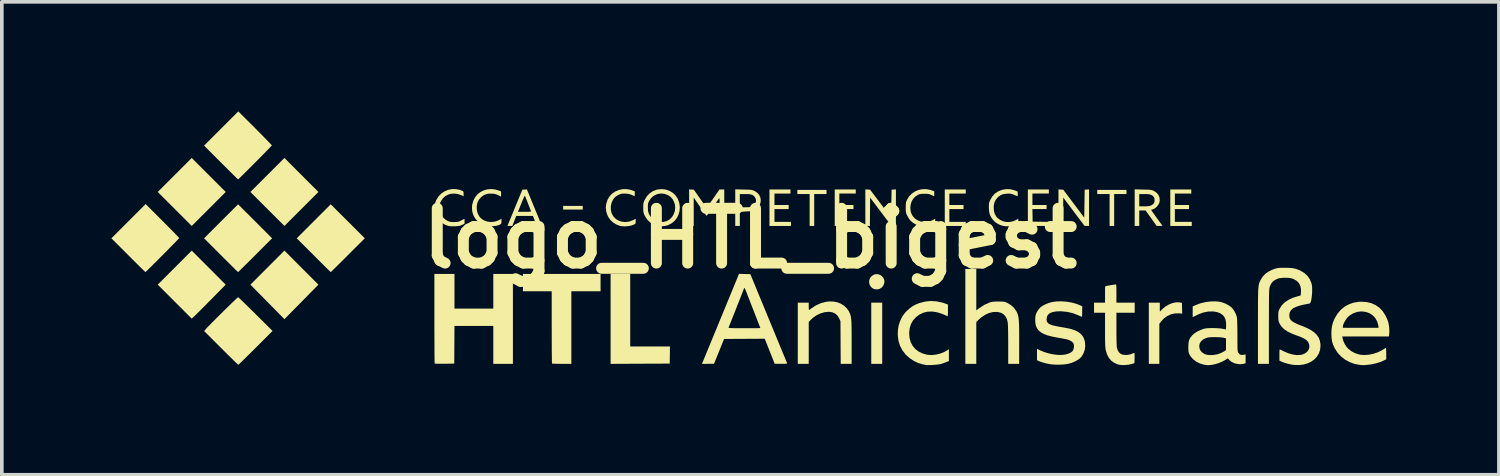
<source format=kicad_pcb>
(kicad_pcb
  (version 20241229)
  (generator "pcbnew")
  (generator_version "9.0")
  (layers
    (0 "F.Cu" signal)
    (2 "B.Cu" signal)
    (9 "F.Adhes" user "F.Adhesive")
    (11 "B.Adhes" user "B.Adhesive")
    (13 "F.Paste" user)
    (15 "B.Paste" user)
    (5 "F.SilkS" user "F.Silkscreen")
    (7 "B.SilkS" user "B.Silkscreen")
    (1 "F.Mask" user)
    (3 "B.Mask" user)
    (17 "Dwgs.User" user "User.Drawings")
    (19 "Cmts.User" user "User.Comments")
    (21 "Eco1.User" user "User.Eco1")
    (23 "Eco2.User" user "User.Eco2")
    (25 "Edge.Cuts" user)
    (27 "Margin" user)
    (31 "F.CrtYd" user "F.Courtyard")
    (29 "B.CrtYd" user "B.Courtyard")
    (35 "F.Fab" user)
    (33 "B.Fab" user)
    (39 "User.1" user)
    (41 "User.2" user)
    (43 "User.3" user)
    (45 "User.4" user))
  (footprint "logo_HTL_bigest"
    (layer "F.Cu")
    (at 17.494 3.475)
    (property "Reference" "logo_HTL_bigest" (at 0 0 0) (layer "F.SilkS") (effects (font (size 1.5 1.5) (thickness 0.3))))
    (attr board_only exclude_from_pos_files exclude_from_bom)
    (fp_poly (pts (xy -14.828 -1.734) (xy -14.363 -1.269) (xy -14.828 -0.803) (xy -15.294 -0.338) (xy -15.759 -0.803) (xy -16.225 -1.269) (xy -15.759 -1.734) (xy -15.294 -2.2)) (stroke (width 0) (type solid)) (fill yes) (layer "F.SilkS"))
    (fp_poly (pts (xy -12.291 -1.734) (xy -11.825 -1.269) (xy -12.291 -0.803) (xy -12.756 -0.338) (xy -13.222 -0.803) (xy -13.688 -1.269) (xy -13.222 -1.734) (xy -12.756 -2.2)) (stroke (width 0) (type solid)) (fill yes) (layer "F.SilkS"))
    (fp_poly (pts (xy -4.588 -0.838) (xy -4.588 -0.787) (xy -4.856 -0.787) (xy -5.125 -0.787) (xy -5.125 -0.838) (xy -5.125 -0.887) (xy -4.856 -0.887) (xy -4.588 -0.887)) (stroke (width 0) (type solid)) (fill yes) (layer "F.SilkS"))
    (fp_poly (pts (xy 3.612 2.6) (xy 3.612 3.438) (xy 3.462 3.438) (xy 3.312 3.438) (xy 3.312 2.6) (xy 3.312 1.762) (xy 3.462 1.762) (xy 3.612 1.762)) (stroke (width 0) (type solid)) (fill yes) (layer "F.SilkS"))
    (fp_poly (pts (xy -3.288 1.969) (xy -3.288 2.962) (xy -2.743 2.962) (xy -2.199 2.962) (xy -2.203 3.197) (xy -2.206 3.431) (xy -3.016 3.434) (xy -3.825 3.438) (xy -3.825 2.206) (xy -3.825 0.975) (xy -3.556 0.975) (xy -3.288 0.975)) (stroke (width 0) (type solid)) (fill yes) (layer "F.SilkS"))
    (fp_poly (pts (xy -12.291 0.803) (xy -11.826 1.269) (xy -12.291 1.742) (xy -12.756 2.214) (xy -13 1.967) (xy -13.08 1.885) (xy -13.169 1.795) (xy -13.262 1.701) (xy -13.351 1.61) (xy -13.432 1.528) (xy -13.466 1.494) (xy -13.687 1.269) (xy -13.222 0.803) (xy -12.756 0.337)) (stroke (width 0) (type solid)) (fill yes) (layer "F.SilkS"))
    (fp_poly (pts (xy -14.829 0.803) (xy -14.364 1.269) (xy -14.779 1.69) (xy -14.865 1.776) (xy -14.946 1.859) (xy -15.022 1.935) (xy -15.09 2.003) (xy -15.149 2.061) (xy -15.196 2.108) (xy -15.228 2.139) (xy -15.245 2.154) (xy -15.295 2.199) (xy -15.76 1.734) (xy -16.225 1.269) (xy -15.759 0.803) (xy -15.294 0.337)) (stroke (width 0) (type solid)) (fill yes) (layer "F.SilkS"))
    (fp_poly (pts (xy 2.087 -1.269) (xy 2.087 -1.212) (xy 1.919 -1.212) (xy 1.75 -1.212) (xy 1.75 -0.775) (xy 1.75 -0.338) (xy 1.688 -0.338) (xy 1.625 -0.338) (xy 1.625 -0.775) (xy 1.625 -1.212) (xy 1.456 -1.212) (xy 1.288 -1.212) (xy 1.288 -1.269) (xy 1.288 -1.325) (xy 1.688 -1.325) (xy 2.087 -1.325)) (stroke (width 0) (type solid)) (fill yes) (layer "F.SilkS"))
    (fp_poly (pts (xy 10.3 -1.269) (xy 10.3 -1.212) (xy 10.131 -1.212) (xy 9.963 -1.212) (xy 9.963 -0.775) (xy 9.963 -0.338) (xy 9.9 -0.338) (xy 9.838 -0.338) (xy 9.838 -0.775) (xy 9.838 -1.212) (xy 9.669 -1.212) (xy 9.5 -1.212) (xy 9.5 -1.269) (xy 9.5 -1.325) (xy 9.9 -1.325) (xy 10.3 -1.325)) (stroke (width 0) (type solid)) (fill yes) (layer "F.SilkS"))
    (fp_poly (pts (xy 3.987 -0.838) (xy 3.987 -0.338) (xy 3.927 -0.338) (xy 3.866 -0.338) (xy 3.573 -0.726) (xy 3.281 -1.115) (xy 3.278 -0.726) (xy 3.275 -0.338) (xy 3.212 -0.338) (xy 3.15 -0.338) (xy 3.15 -0.838) (xy 3.15 -1.339) (xy 3.216 -1.335) (xy 3.281 -1.331) (xy 3.569 -0.949) (xy 3.856 -0.566) (xy 3.862 -0.949) (xy 3.869 -1.331) (xy 3.928 -1.335) (xy 3.987 -1.339)) (stroke (width 0) (type solid)) (fill yes) (layer "F.SilkS"))
    (fp_poly (pts (xy 9.275 -0.838) (xy 9.275 -0.338) (xy 9.214 -0.338) (xy 9.153 -0.338) (xy 8.861 -0.726) (xy 8.569 -1.115) (xy 8.565 -0.726) (xy 8.562 -0.338) (xy 8.5 -0.338) (xy 8.438 -0.338) (xy 8.438 -0.838) (xy 8.438 -1.339) (xy 8.503 -1.335) (xy 8.569 -1.331) (xy 8.856 -0.949) (xy 9.144 -0.566) (xy 9.15 -0.949) (xy 9.156 -1.331) (xy 9.216 -1.335) (xy 9.275 -1.339)) (stroke (width 0) (type solid)) (fill yes) (layer "F.SilkS"))
    (fp_poly (pts (xy 3.559 1.005) (xy 3.601 1.034) (xy 3.647 1.088) (xy 3.671 1.15) (xy 3.671 1.217) (xy 3.647 1.286) (xy 3.646 1.289) (xy 3.604 1.343) (xy 3.549 1.38) (xy 3.485 1.399) (xy 3.418 1.396) (xy 3.362 1.377) (xy 3.308 1.335) (xy 3.271 1.28) (xy 3.254 1.217) (xy 3.256 1.152) (xy 3.279 1.089) (xy 3.307 1.051) (xy 3.363 1.005) (xy 3.427 0.982) (xy 3.493 0.982)) (stroke (width 0) (type solid)) (fill yes) (layer "F.SilkS"))
    (fp_poly (pts (xy -13.559 -0.466) (xy -13.094 -0.000043) (xy -13.556 0.462) (xy -13.645 0.551) (xy -13.728 0.634) (xy -13.805 0.71) (xy -13.872 0.777) (xy -13.93 0.833) (xy -13.975 0.878) (xy -14.007 0.908) (xy -14.023 0.924) (xy -14.025 0.925) (xy -14.035 0.916) (xy -14.061 0.892) (xy -14.101 0.853) (xy -14.153 0.801) (xy -14.217 0.738) (xy -14.29 0.665) (xy -14.371 0.585) (xy -14.458 0.498) (xy -14.494 0.462) (xy -14.956 -0.000043) (xy -14.491 -0.466) (xy -14.025 -0.931)) (stroke (width 0) (type solid)) (fill yes) (layer "F.SilkS"))
    (fp_poly (pts (xy -11.022 -0.466) (xy -10.556 -0.000043) (xy -11.019 0.462) (xy -11.107 0.551) (xy -11.191 0.634) (xy -11.267 0.71) (xy -11.335 0.777) (xy -11.392 0.833) (xy -11.438 0.878) (xy -11.469 0.908) (xy -11.486 0.924) (xy -11.488 0.925) (xy -11.497 0.916) (xy -11.523 0.892) (xy -11.563 0.853) (xy -11.616 0.801) (xy -11.68 0.738) (xy -11.753 0.665) (xy -11.834 0.585) (xy -11.92 0.498) (xy -11.956 0.462) (xy -12.419 -0.000043) (xy -11.953 -0.466) (xy -11.488 -0.931)) (stroke (width 0) (type solid)) (fill yes) (layer "F.SilkS"))
    (fp_poly (pts (xy 1.1 -1.281) (xy 1.1 -1.225) (xy 0.881 -1.225) (xy 0.662 -1.225) (xy 0.662 -1.069) (xy 0.662 -0.912) (xy 0.856 -0.912) (xy 1.05 -0.912) (xy 1.05 -0.856) (xy 1.05 -0.8) (xy 0.856 -0.8) (xy 0.662 -0.8) (xy 0.662 -0.625) (xy 0.662 -0.45) (xy 0.887 -0.45) (xy 1.113 -0.45) (xy 1.113 -0.394) (xy 1.113 -0.338) (xy 0.819 -0.338) (xy 0.525 -0.338) (xy 0.525 -0.838) (xy 0.525 -1.337) (xy 0.812 -1.337) (xy 1.1 -1.337)) (stroke (width 0) (type solid)) (fill yes) (layer "F.SilkS"))
    (fp_poly (pts (xy 2.888 -1.281) (xy 2.888 -1.225) (xy 2.663 -1.225) (xy 2.438 -1.225) (xy 2.438 -1.069) (xy 2.438 -0.912) (xy 2.631 -0.912) (xy 2.825 -0.912) (xy 2.825 -0.856) (xy 2.825 -0.8) (xy 2.631 -0.8) (xy 2.437 -0.8) (xy 2.44 -0.628) (xy 2.444 -0.456) (xy 2.672 -0.453) (xy 2.9 -0.449) (xy 2.9 -0.393) (xy 2.9 -0.338) (xy 2.606 -0.338) (xy 2.312 -0.338) (xy 2.312 -0.838) (xy 2.312 -1.337) (xy 2.6 -1.337) (xy 2.888 -1.337)) (stroke (width 0) (type solid)) (fill yes) (layer "F.SilkS"))
    (fp_poly (pts (xy 5.9 -1.281) (xy 5.9 -1.225) (xy 5.675 -1.225) (xy 5.45 -1.225) (xy 5.45 -1.069) (xy 5.45 -0.912) (xy 5.644 -0.912) (xy 5.838 -0.912) (xy 5.838 -0.856) (xy 5.838 -0.8) (xy 5.644 -0.8) (xy 5.45 -0.8) (xy 5.45 -0.625) (xy 5.45 -0.45) (xy 5.675 -0.45) (xy 5.9 -0.45) (xy 5.9 -0.394) (xy 5.9 -0.338) (xy 5.612 -0.338) (xy 5.325 -0.338) (xy 5.325 -0.838) (xy 5.325 -1.337) (xy 5.612 -1.337) (xy 5.9 -1.337)) (stroke (width 0) (type solid)) (fill yes) (layer "F.SilkS"))
    (fp_poly (pts (xy 8.175 -1.281) (xy 8.175 -1.225) (xy 7.95 -1.225) (xy 7.725 -1.225) (xy 7.725 -1.069) (xy 7.725 -0.912) (xy 7.919 -0.912) (xy 8.113 -0.912) (xy 8.113 -0.856) (xy 8.113 -0.8) (xy 7.918 -0.8) (xy 7.724 -0.8) (xy 7.728 -0.628) (xy 7.731 -0.456) (xy 7.959 -0.453) (xy 8.188 -0.449) (xy 8.188 -0.393) (xy 8.188 -0.338) (xy 7.894 -0.338) (xy 7.6 -0.338) (xy 7.6 -0.838) (xy 7.6 -1.337) (xy 7.888 -1.337) (xy 8.175 -1.337)) (stroke (width 0) (type solid)) (fill yes) (layer "F.SilkS"))
    (fp_poly (pts (xy 12.075 -1.281) (xy 12.075 -1.225) (xy 11.85 -1.225) (xy 11.625 -1.225) (xy 11.625 -1.069) (xy 11.625 -0.912) (xy 11.819 -0.912) (xy 12.012 -0.912) (xy 12.012 -0.856) (xy 12.012 -0.8) (xy 11.819 -0.8) (xy 11.625 -0.8) (xy 11.625 -0.625) (xy 11.625 -0.45) (xy 11.856 -0.45) (xy 12.088 -0.45) (xy 12.088 -0.394) (xy 12.088 -0.338) (xy 11.794 -0.338) (xy 11.5 -0.338) (xy 11.5 -0.838) (xy 11.5 -1.337) (xy 11.787 -1.337) (xy 12.075 -1.337)) (stroke (width 0) (type solid)) (fill yes) (layer "F.SilkS"))
    (fp_poly (pts (xy 11.764 1.757) (xy 11.819 1.769) (xy 11.822 1.916) (xy 11.826 2.063) (xy 11.747 2.055) (xy 11.632 2.056) (xy 11.522 2.08) (xy 11.418 2.127) (xy 11.325 2.194) (xy 11.244 2.282) (xy 11.236 2.292) (xy 11.2 2.341) (xy 11.2 2.889) (xy 11.2 3.438) (xy 11.056 3.438) (xy 10.912 3.438) (xy 10.912 2.6) (xy 10.912 1.762) (xy 11.062 1.762) (xy 11.213 1.762) (xy 11.213 1.885) (xy 11.213 2.007) (xy 11.291 1.931) (xy 11.369 1.866) (xy 11.457 1.815) (xy 11.55 1.777) (xy 11.641 1.755) (xy 11.727 1.752)) (stroke (width 0) (type solid)) (fill yes) (layer "F.SilkS"))
    (fp_poly (pts (xy -4.1 1.212) (xy -4.1 1.45) (xy -4.5 1.45) (xy -4.9 1.45) (xy -4.9 2.444) (xy -4.9 3.438) (xy -5.16 3.438) (xy -5.239 3.437) (xy -5.308 3.436) (xy -5.366 3.434) (xy -5.407 3.432) (xy -5.427 3.43) (xy -5.429 3.429) (xy -5.43 3.416) (xy -5.432 3.379) (xy -5.433 3.321) (xy -5.434 3.244) (xy -5.435 3.15) (xy -5.436 3.04) (xy -5.436 2.916) (xy -5.437 2.781) (xy -5.437 2.636) (xy -5.437 2.484) (xy -5.438 2.435) (xy -5.438 1.45) (xy -5.831 1.45) (xy -6.225 1.45) (xy -6.225 1.212) (xy -6.225 0.975) (xy -5.162 0.975) (xy -4.1 0.975)) (stroke (width 0) (type solid)) (fill yes) (layer "F.SilkS"))
    (fp_poly (pts (xy -16.097 -0.478) (xy -16.009 -0.39) (xy -15.926 -0.306) (xy -15.85 -0.23) (xy -15.783 -0.161) (xy -15.727 -0.104) (xy -15.683 -0.058) (xy -15.653 -0.025) (xy -15.639 -0.008) (xy -15.637 -0.006) (xy -15.646 0.004) (xy -15.67 0.031) (xy -15.708 0.07) (xy -15.758 0.122) (xy -15.817 0.182) (xy -15.885 0.251) (xy -15.957 0.325) (xy -16.034 0.402) (xy -16.112 0.481) (xy -16.19 0.559) (xy -16.266 0.635) (xy -16.337 0.706) (xy -16.402 0.771) (xy -16.459 0.826) (xy -16.505 0.872) (xy -16.539 0.904) (xy -16.559 0.922) (xy -16.563 0.925) (xy -16.572 0.916) (xy -16.598 0.892) (xy -16.638 0.853) (xy -16.691 0.801) (xy -16.755 0.738) (xy -16.828 0.665) (xy -16.909 0.585) (xy -16.995 0.498) (xy -17.031 0.462) (xy -17.494 -0.000001) (xy -17.025 -0.469) (xy -16.556 -0.938)) (stroke (width 0) (type solid)) (fill yes) (layer "F.SilkS"))
    (fp_poly (pts (xy -13.559 -3.016) (xy -13.471 -2.927) (xy -13.388 -2.844) (xy -13.313 -2.767) (xy -13.246 -2.699) (xy -13.19 -2.641) (xy -13.146 -2.595) (xy -13.116 -2.563) (xy -13.101 -2.546) (xy -13.1 -2.544) (xy -13.109 -2.533) (xy -13.133 -2.507) (xy -13.171 -2.467) (xy -13.221 -2.416) (xy -13.28 -2.355) (xy -13.347 -2.287) (xy -13.42 -2.213) (xy -13.496 -2.135) (xy -13.575 -2.057) (xy -13.653 -1.978) (xy -13.728 -1.903) (xy -13.8 -1.831) (xy -13.865 -1.767) (xy -13.921 -1.711) (xy -13.968 -1.666) (xy -14.002 -1.633) (xy -14.021 -1.615) (xy -14.025 -1.613) (xy -14.035 -1.621) (xy -14.061 -1.646) (xy -14.101 -1.685) (xy -14.154 -1.737) (xy -14.217 -1.8) (xy -14.29 -1.872) (xy -14.371 -1.953) (xy -14.458 -2.039) (xy -14.494 -2.075) (xy -14.956 -2.538) (xy -14.488 -3.006) (xy -14.019 -3.475)) (stroke (width 0) (type solid)) (fill yes) (layer "F.SilkS"))
    (fp_poly (pts (xy -8.1 1.45) (xy -8.1 1.925) (xy -7.569 1.925) (xy -7.037 1.925) (xy -7.037 1.45) (xy -7.037 0.975) (xy -6.769 0.975) (xy -6.5 0.975) (xy -6.5 2.206) (xy -6.5 3.438) (xy -6.769 3.438) (xy -7.037 3.438) (xy -7.037 2.919) (xy -7.037 2.4) (xy -7.569 2.4) (xy -8.1 2.4) (xy -8.103 2.916) (xy -8.106 3.431) (xy -8.37 3.435) (xy -8.448 3.435) (xy -8.518 3.435) (xy -8.576 3.434) (xy -8.618 3.432) (xy -8.639 3.43) (xy -8.641 3.429) (xy -8.643 3.416) (xy -8.644 3.379) (xy -8.645 3.321) (xy -8.646 3.243) (xy -8.647 3.146) (xy -8.648 3.033) (xy -8.648 2.906) (xy -8.649 2.765) (xy -8.649 2.613) (xy -8.65 2.452) (xy -8.65 2.282) (xy -8.65 2.198) (xy -8.65 0.975) (xy -8.375 0.975) (xy -8.1 0.975)) (stroke (width 0) (type solid)) (fill yes) (layer "F.SilkS"))
    (fp_poly (pts (xy -14.014 1.621) (xy -13.987 1.646) (xy -13.945 1.685) (xy -13.891 1.736) (xy -13.827 1.799) (xy -13.752 1.872) (xy -13.671 1.952) (xy -13.583 2.038) (xy -13.547 2.074) (xy -13.081 2.536) (xy -13.544 2.999) (xy -13.633 3.088) (xy -13.717 3.171) (xy -13.794 3.247) (xy -13.862 3.314) (xy -13.92 3.371) (xy -13.967 3.415) (xy -13.999 3.446) (xy -14.017 3.461) (xy -14.019 3.462) (xy -14.03 3.454) (xy -14.057 3.429) (xy -14.098 3.39) (xy -14.152 3.338) (xy -14.216 3.275) (xy -14.29 3.203) (xy -14.371 3.122) (xy -14.458 3.035) (xy -14.493 3.001) (xy -14.954 2.54) (xy -14.903 2.479) (xy -14.882 2.455) (xy -14.847 2.418) (xy -14.799 2.37) (xy -14.742 2.312) (xy -14.676 2.246) (xy -14.605 2.174) (xy -14.53 2.1) (xy -14.453 2.024) (xy -14.376 1.948) (xy -14.302 1.876) (xy -14.233 1.808) (xy -14.17 1.747) (xy -14.115 1.695) (xy -14.072 1.654) (xy -14.041 1.626) (xy -14.026 1.613) (xy -14.025 1.613)) (stroke (width 0) (type solid)) (fill yes) (layer "F.SilkS"))
    (fp_poly (pts (xy -0.184 -1.335) (xy -0.102 -1.333) (xy -0.041 -1.331) (xy 0.004 -1.328) (xy 0.038 -1.324) (xy 0.064 -1.317) (xy 0.088 -1.309) (xy 0.114 -1.296) (xy 0.116 -1.296) (xy 0.188 -1.249) (xy 0.24 -1.192) (xy 0.272 -1.128) (xy 0.286 -1.061) (xy 0.283 -0.992) (xy 0.263 -0.925) (xy 0.227 -0.864) (xy 0.177 -0.812) (xy 0.113 -0.771) (xy 0.035 -0.745) (xy -0.044 -0.738) (xy -0.083 -0.736) (xy -0.136 -0.734) (xy -0.191 -0.73) (xy -0.192 -0.729) (xy -0.287 -0.721) (xy -0.287 -0.529) (xy -0.287 -0.338) (xy -0.35 -0.338) (xy -0.412 -0.338) (xy -0.412 -0.839) (xy -0.412 -1.212) (xy -0.287 -1.212) (xy -0.287 -1.031) (xy -0.287 -0.85) (xy -0.141 -0.85) (xy -0.074 -0.851) (xy -0.025 -0.853) (xy 0.011 -0.859) (xy 0.04 -0.868) (xy 0.058 -0.876) (xy 0.102 -0.905) (xy 0.132 -0.946) (xy 0.138 -0.957) (xy 0.157 -1.019) (xy 0.152 -1.075) (xy 0.123 -1.13) (xy 0.116 -1.139) (xy 0.087 -1.168) (xy 0.054 -1.189) (xy 0.013 -1.202) (xy -0.042 -1.21) (xy -0.115 -1.212) (xy -0.143 -1.212) (xy -0.287 -1.212) (xy -0.412 -1.212) (xy -0.412 -1.341)) (stroke (width 0) (type solid)) (fill yes) (layer "F.SilkS"))
    (fp_poly (pts (xy 2.268 1.731) (xy 2.382 1.752) (xy 2.485 1.793) (xy 2.576 1.852) (xy 2.651 1.928) (xy 2.699 2) (xy 2.715 2.031) (xy 2.729 2.062) (xy 2.74 2.094) (xy 2.75 2.129) (xy 2.757 2.17) (xy 2.763 2.219) (xy 2.768 2.279) (xy 2.771 2.352) (xy 2.773 2.44) (xy 2.774 2.546) (xy 2.775 2.672) (xy 2.775 2.82) (xy 2.775 2.841) (xy 2.775 3.438) (xy 2.626 3.438) (xy 2.476 3.438) (xy 2.472 2.853) (xy 2.469 2.269) (xy 2.432 2.19) (xy 2.386 2.115) (xy 2.325 2.061) (xy 2.249 2.027) (xy 2.158 2.013) (xy 2.138 2.013) (xy 2.032 2.024) (xy 1.922 2.056) (xy 1.816 2.107) (xy 1.719 2.174) (xy 1.674 2.215) (xy 1.6 2.287) (xy 1.6 2.862) (xy 1.6 3.438) (xy 1.45 3.438) (xy 1.3 3.438) (xy 1.3 2.6) (xy 1.3 1.762) (xy 1.45 1.762) (xy 1.6 1.762) (xy 1.6 1.863) (xy 1.601 1.909) (xy 1.603 1.944) (xy 1.606 1.961) (xy 1.607 1.962) (xy 1.62 1.956) (xy 1.646 1.937) (xy 1.679 1.914) (xy 1.805 1.832) (xy 1.935 1.775) (xy 2.07 1.74) (xy 2.147 1.73)) (stroke (width 0) (type solid)) (fill yes) (layer "F.SilkS"))
    (fp_poly (pts (xy -6.985 -1.337) (xy -6.878 -1.305) (xy -6.825 -1.284) (xy -6.825 -1.213) (xy -6.825 -1.142) (xy -6.903 -1.18) (xy -6.957 -1.204) (xy -7.008 -1.217) (xy -7.07 -1.223) (xy -7.075 -1.223) (xy -7.129 -1.223) (xy -7.181 -1.22) (xy -7.219 -1.214) (xy -7.219 -1.214) (xy -7.299 -1.18) (xy -7.371 -1.126) (xy -7.43 -1.058) (xy -7.47 -0.979) (xy -7.477 -0.957) (xy -7.49 -0.879) (xy -7.489 -0.795) (xy -7.475 -0.716) (xy -7.459 -0.672) (xy -7.42 -0.6) (xy -7.374 -0.546) (xy -7.315 -0.504) (xy -7.301 -0.495) (xy -7.21 -0.46) (xy -7.112 -0.446) (xy -7.012 -0.453) (xy -6.916 -0.482) (xy -6.878 -0.5) (xy -6.812 -0.535) (xy -6.812 -0.469) (xy -6.814 -0.429) (xy -6.822 -0.402) (xy -6.842 -0.383) (xy -6.878 -0.365) (xy -6.9 -0.357) (xy -6.951 -0.343) (xy -7.017 -0.334) (xy -7.091 -0.329) (xy -7.163 -0.33) (xy -7.226 -0.337) (xy -7.251 -0.342) (xy -7.356 -0.385) (xy -7.446 -0.446) (xy -7.519 -0.523) (xy -7.574 -0.613) (xy -7.609 -0.713) (xy -7.622 -0.822) (xy -7.616 -0.913) (xy -7.587 -1.022) (xy -7.54 -1.117) (xy -7.475 -1.198) (xy -7.396 -1.263) (xy -7.305 -1.31) (xy -7.204 -1.339) (xy -7.097 -1.349)) (stroke (width 0) (type solid)) (fill yes) (layer "F.SilkS"))
    (fp_poly (pts (xy -1.61 -1.335) (xy -1.546 -1.331) (xy -1.381 -1.096) (xy -1.333 -1.028) (xy -1.29 -0.967) (xy -1.253 -0.915) (xy -1.225 -0.876) (xy -1.207 -0.853) (xy -1.203 -0.848) (xy -1.193 -0.852) (xy -1.172 -0.875) (xy -1.139 -0.916) (xy -1.094 -0.977) (xy -1.036 -1.059) (xy -1.017 -1.086) (xy -0.844 -1.337) (xy -0.778 -1.337) (xy -0.713 -1.337) (xy -0.713 -0.838) (xy -0.713 -0.338) (xy -0.775 -0.338) (xy -0.838 -0.338) (xy -0.838 -0.728) (xy -0.838 -0.837) (xy -0.839 -0.923) (xy -0.84 -0.989) (xy -0.841 -1.037) (xy -0.843 -1.069) (xy -0.845 -1.088) (xy -0.849 -1.097) (xy -0.853 -1.096) (xy -0.859 -1.09) (xy -0.86 -1.088) (xy -0.874 -1.068) (xy -0.899 -1.032) (xy -0.932 -0.986) (xy -0.971 -0.931) (xy -1.013 -0.871) (xy -1.055 -0.811) (xy -1.096 -0.753) (xy -1.133 -0.7) (xy -1.163 -0.658) (xy -1.184 -0.628) (xy -1.194 -0.615) (xy -1.194 -0.615) (xy -1.202 -0.623) (xy -1.223 -0.65) (xy -1.254 -0.693) (xy -1.295 -0.75) (xy -1.343 -0.818) (xy -1.397 -0.895) (xy -1.456 -0.98) (xy -1.473 -1.005) (xy -1.55 -1.116) (xy -1.55 -0.727) (xy -1.55 -0.338) (xy -1.613 -0.338) (xy -1.675 -0.338) (xy -1.675 -0.838) (xy -1.675 -1.339)) (stroke (width 0) (type solid)) (fill yes) (layer "F.SilkS"))
    (fp_poly (pts (xy -3.271 -1.325) (xy -3.232 -1.312) (xy -3.163 -1.286) (xy -3.163 -1.217) (xy -3.164 -1.18) (xy -3.168 -1.157) (xy -3.172 -1.153) (xy -3.234 -1.183) (xy -3.285 -1.203) (xy -3.332 -1.215) (xy -3.386 -1.221) (xy -3.414 -1.223) (xy -3.47 -1.224) (xy -3.511 -1.222) (xy -3.544 -1.215) (xy -3.58 -1.201) (xy -3.596 -1.195) (xy -3.641 -1.171) (xy -3.682 -1.145) (xy -3.704 -1.127) (xy -3.76 -1.058) (xy -3.798 -0.975) (xy -3.819 -0.884) (xy -3.82 -0.791) (xy -3.801 -0.7) (xy -3.789 -0.668) (xy -3.741 -0.589) (xy -3.677 -0.527) (xy -3.599 -0.481) (xy -3.512 -0.454) (xy -3.419 -0.445) (xy -3.323 -0.457) (xy -3.227 -0.49) (xy -3.209 -0.499) (xy -3.138 -0.536) (xy -3.138 -0.468) (xy -3.139 -0.429) (xy -3.144 -0.405) (xy -3.16 -0.39) (xy -3.184 -0.377) (xy -3.26 -0.349) (xy -3.349 -0.332) (xy -3.443 -0.326) (xy -3.533 -0.333) (xy -3.575 -0.342) (xy -3.674 -0.381) (xy -3.764 -0.438) (xy -3.839 -0.511) (xy -3.896 -0.596) (xy -3.906 -0.618) (xy -3.944 -0.729) (xy -3.957 -0.838) (xy -3.944 -0.946) (xy -3.908 -1.056) (xy -3.902 -1.068) (xy -3.848 -1.157) (xy -3.776 -1.23) (xy -3.69 -1.286) (xy -3.593 -1.325) (xy -3.489 -1.346) (xy -3.38 -1.346)) (stroke (width 0) (type solid)) (fill yes) (layer "F.SilkS"))
    (fp_poly (pts (xy -5.915 -0.847) (xy -5.872 -0.743) (xy -5.832 -0.646) (xy -5.796 -0.558) (xy -5.766 -0.482) (xy -5.741 -0.421) (xy -5.723 -0.377) (xy -5.714 -0.352) (xy -5.712 -0.347) (xy -5.724 -0.342) (xy -5.753 -0.338) (xy -5.778 -0.338) (xy -5.844 -0.338) (xy -5.898 -0.475) (xy -5.952 -0.613) (xy -6.18 -0.613) (xy -6.409 -0.613) (xy -6.463 -0.475) (xy -6.516 -0.338) (xy -6.583 -0.338) (xy -6.65 -0.338) (xy -6.631 -0.384) (xy -6.622 -0.406) (xy -6.605 -0.448) (xy -6.58 -0.508) (xy -6.55 -0.582) (xy -6.514 -0.668) (xy -6.491 -0.725) (xy -6.363 -0.725) (xy -6.18 -0.725) (xy -6.106 -0.725) (xy -6.054 -0.727) (xy -6.022 -0.73) (xy -6.006 -0.735) (xy -6.004 -0.741) (xy -6.01 -0.757) (xy -6.024 -0.793) (xy -6.044 -0.843) (xy -6.067 -0.904) (xy -6.088 -0.956) (xy -6.113 -1.022) (xy -6.137 -1.08) (xy -6.155 -1.126) (xy -6.168 -1.156) (xy -6.173 -1.165) (xy -6.18 -1.157) (xy -6.195 -1.13) (xy -6.215 -1.086) (xy -6.238 -1.031) (xy -6.252 -0.996) (xy -6.279 -0.93) (xy -6.304 -0.869) (xy -6.324 -0.817) (xy -6.339 -0.781) (xy -6.343 -0.772) (xy -6.363 -0.725) (xy -6.491 -0.725) (xy -6.475 -0.763) (xy -6.434 -0.864) (xy -6.427 -0.881) (xy -6.241 -1.331) (xy -6.179 -1.335) (xy -6.117 -1.339)) (stroke (width 0) (type solid)) (fill yes) (layer "F.SilkS"))
    (fp_poly (pts (xy 7.127 -1.342) (xy 7.237 -1.314) (xy 7.246 -1.31) (xy 7.319 -1.281) (xy 7.323 -1.214) (xy 7.323 -1.175) (xy 7.32 -1.156) (xy 7.31 -1.154) (xy 7.31 -1.154) (xy 7.242 -1.183) (xy 7.191 -1.203) (xy 7.151 -1.216) (xy 7.116 -1.222) (xy 7.079 -1.224) (xy 7.034 -1.223) (xy 7.033 -1.223) (xy 6.942 -1.212) (xy 6.866 -1.187) (xy 6.801 -1.144) (xy 6.771 -1.117) (xy 6.719 -1.053) (xy 6.685 -0.982) (xy 6.668 -0.899) (xy 6.665 -0.856) (xy 6.67 -0.754) (xy 6.694 -0.666) (xy 6.739 -0.59) (xy 6.763 -0.564) (xy 6.837 -0.505) (xy 6.923 -0.465) (xy 7.016 -0.446) (xy 7.113 -0.448) (xy 7.209 -0.471) (xy 7.269 -0.498) (xy 7.338 -0.535) (xy 7.338 -0.462) (xy 7.338 -0.389) (xy 7.266 -0.362) (xy 7.18 -0.339) (xy 7.084 -0.328) (xy 6.987 -0.33) (xy 6.899 -0.345) (xy 6.873 -0.353) (xy 6.784 -0.391) (xy 6.712 -0.438) (xy 6.651 -0.498) (xy 6.639 -0.512) (xy 6.589 -0.585) (xy 6.556 -0.659) (xy 6.538 -0.74) (xy 6.532 -0.838) (xy 6.532 -0.844) (xy 6.532 -0.904) (xy 6.535 -0.947) (xy 6.542 -0.982) (xy 6.555 -1.017) (xy 6.571 -1.052) (xy 6.629 -1.15) (xy 6.701 -1.228) (xy 6.787 -1.285) (xy 6.789 -1.286) (xy 6.899 -1.328) (xy 7.013 -1.347)) (stroke (width 0) (type solid)) (fill yes) (layer "F.SilkS"))
    (fp_poly (pts (xy 6.188 1.406) (xy 6.188 1.974) (xy 6.27 1.912) (xy 6.405 1.824) (xy 6.55 1.759) (xy 6.562 1.755) (xy 6.601 1.744) (xy 6.645 1.737) (xy 6.7 1.733) (xy 6.772 1.731) (xy 6.794 1.731) (xy 6.861 1.732) (xy 6.91 1.733) (xy 6.946 1.737) (xy 6.976 1.744) (xy 7.006 1.755) (xy 7.04 1.771) (xy 7.137 1.829) (xy 7.218 1.903) (xy 7.281 1.99) (xy 7.286 2) (xy 7.303 2.032) (xy 7.317 2.064) (xy 7.328 2.098) (xy 7.338 2.136) (xy 7.345 2.181) (xy 7.351 2.235) (xy 7.355 2.3) (xy 7.359 2.379) (xy 7.361 2.473) (xy 7.362 2.586) (xy 7.362 2.72) (xy 7.362 2.851) (xy 7.362 3.438) (xy 7.213 3.438) (xy 7.062 3.438) (xy 7.062 2.916) (xy 7.062 2.8) (xy 7.061 2.689) (xy 7.06 2.586) (xy 7.058 2.495) (xy 7.056 2.417) (xy 7.053 2.357) (xy 7.051 2.318) (xy 7.05 2.309) (xy 7.026 2.212) (xy 6.986 2.135) (xy 6.93 2.077) (xy 6.858 2.037) (xy 6.77 2.017) (xy 6.757 2.016) (xy 6.647 2.019) (xy 6.536 2.046) (xy 6.428 2.095) (xy 6.324 2.166) (xy 6.274 2.209) (xy 6.188 2.291) (xy 6.188 2.864) (xy 6.188 3.438) (xy 6.037 3.438) (xy 5.888 3.438) (xy 5.888 2.138) (xy 5.888 0.838) (xy 6.037 0.838) (xy 6.188 0.838)) (stroke (width 0) (type solid)) (fill yes) (layer "F.SilkS"))
    (fp_poly (pts (xy 4.929 -1.325) (xy 4.966 -1.313) (xy 5.037 -1.286) (xy 5.037 -1.217) (xy 5.036 -1.18) (xy 5.032 -1.157) (xy 5.028 -1.153) (xy 4.971 -1.181) (xy 4.928 -1.2) (xy 4.891 -1.211) (xy 4.852 -1.217) (xy 4.803 -1.219) (xy 4.769 -1.219) (xy 4.709 -1.218) (xy 4.668 -1.215) (xy 4.636 -1.209) (xy 4.607 -1.198) (xy 4.577 -1.182) (xy 4.515 -1.141) (xy 4.467 -1.091) (xy 4.427 -1.026) (xy 4.415 -1.001) (xy 4.391 -0.923) (xy 4.382 -0.836) (xy 4.39 -0.747) (xy 4.404 -0.692) (xy 4.444 -0.613) (xy 4.501 -0.547) (xy 4.572 -0.497) (xy 4.655 -0.463) (xy 4.744 -0.446) (xy 4.837 -0.449) (xy 4.931 -0.471) (xy 4.997 -0.5) (xy 5.062 -0.535) (xy 5.062 -0.467) (xy 5.062 -0.399) (xy 4.991 -0.366) (xy 4.949 -0.349) (xy 4.907 -0.338) (xy 4.856 -0.332) (xy 4.801 -0.33) (xy 4.742 -0.329) (xy 4.687 -0.331) (xy 4.645 -0.336) (xy 4.633 -0.338) (xy 4.564 -0.363) (xy 4.491 -0.402) (xy 4.425 -0.448) (xy 4.386 -0.484) (xy 4.354 -0.525) (xy 4.32 -0.578) (xy 4.296 -0.623) (xy 4.278 -0.662) (xy 4.267 -0.694) (xy 4.26 -0.728) (xy 4.257 -0.77) (xy 4.256 -0.828) (xy 4.256 -0.844) (xy 4.257 -0.907) (xy 4.26 -0.953) (xy 4.265 -0.988) (xy 4.276 -1.02) (xy 4.29 -1.053) (xy 4.346 -1.145) (xy 4.42 -1.222) (xy 4.507 -1.282) (xy 4.605 -1.323) (xy 4.71 -1.345) (xy 4.819 -1.346)) (stroke (width 0) (type solid)) (fill yes) (layer "F.SilkS"))
    (fp_poly (pts (xy -8.057 -1.347) (xy -7.948 -1.324) (xy -7.897 -1.304) (xy -7.87 -1.291) (xy -7.856 -1.276) (xy -7.851 -1.252) (xy -7.85 -1.218) (xy -7.85 -1.151) (xy -7.922 -1.184) (xy -8.006 -1.212) (xy -8.098 -1.224) (xy -8.189 -1.22) (xy -8.263 -1.201) (xy -8.35 -1.156) (xy -8.42 -1.093) (xy -8.471 -1.015) (xy -8.489 -0.976) (xy -8.499 -0.941) (xy -8.505 -0.901) (xy -8.506 -0.847) (xy -8.506 -0.831) (xy -8.505 -0.773) (xy -8.501 -0.732) (xy -8.492 -0.698) (xy -8.477 -0.665) (xy -8.473 -0.656) (xy -8.417 -0.576) (xy -8.346 -0.511) (xy -8.281 -0.473) (xy -8.241 -0.458) (xy -8.199 -0.449) (xy -8.146 -0.445) (xy -8.11 -0.445) (xy -8.054 -0.446) (xy -8.013 -0.45) (xy -7.978 -0.46) (xy -7.938 -0.477) (xy -7.913 -0.49) (xy -7.825 -0.535) (xy -7.825 -0.467) (xy -7.825 -0.399) (xy -7.897 -0.365) (xy -7.936 -0.349) (xy -7.974 -0.339) (xy -8.019 -0.333) (xy -8.079 -0.33) (xy -8.094 -0.329) (xy -8.153 -0.329) (xy -8.209 -0.331) (xy -8.252 -0.336) (xy -8.267 -0.338) (xy -8.365 -0.375) (xy -8.454 -0.433) (xy -8.531 -0.509) (xy -8.591 -0.6) (xy -8.597 -0.611) (xy -8.612 -0.643) (xy -8.621 -0.672) (xy -8.627 -0.704) (xy -8.63 -0.745) (xy -8.631 -0.802) (xy -8.631 -0.831) (xy -8.631 -0.897) (xy -8.629 -0.944) (xy -8.624 -0.978) (xy -8.616 -1.008) (xy -8.603 -1.038) (xy -8.596 -1.052) (xy -8.536 -1.148) (xy -8.46 -1.226) (xy -8.371 -1.286) (xy -8.272 -1.327) (xy -8.167 -1.348)) (stroke (width 0) (type solid)) (fill yes) (layer "F.SilkS"))
    (fp_poly (pts (xy 10.755 -1.335) (xy 10.836 -1.333) (xy 10.897 -1.331) (xy 10.942 -1.328) (xy 10.975 -1.324) (xy 11.001 -1.318) (xy 11.025 -1.309) (xy 11.05 -1.297) (xy 11.058 -1.293) (xy 11.128 -1.245) (xy 11.178 -1.184) (xy 11.206 -1.113) (xy 11.211 -1.034) (xy 11.201 -0.978) (xy 11.178 -0.927) (xy 11.142 -0.877) (xy 11.096 -0.834) (xy 11.048 -0.803) (xy 11.003 -0.788) (xy 10.994 -0.787) (xy 10.977 -0.783) (xy 10.975 -0.78) (xy 10.982 -0.768) (xy 11.001 -0.74) (xy 11.029 -0.699) (xy 11.065 -0.649) (xy 11.105 -0.593) (xy 11.146 -0.535) (xy 11.187 -0.478) (xy 11.225 -0.426) (xy 11.256 -0.383) (xy 11.279 -0.353) (xy 11.28 -0.345) (xy 11.264 -0.34) (xy 11.229 -0.338) (xy 11.209 -0.338) (xy 11.127 -0.338) (xy 10.976 -0.55) (xy 10.824 -0.762) (xy 10.737 -0.762) (xy 10.65 -0.762) (xy 10.65 -0.55) (xy 10.65 -0.338) (xy 10.588 -0.338) (xy 10.525 -0.338) (xy 10.525 -0.839) (xy 10.525 -1.212) (xy 10.65 -1.212) (xy 10.65 -1.044) (xy 10.65 -0.875) (xy 10.777 -0.875) (xy 10.836 -0.876) (xy 10.892 -0.88) (xy 10.936 -0.886) (xy 10.951 -0.889) (xy 10.993 -0.909) (xy 11.031 -0.937) (xy 11.034 -0.94) (xy 11.055 -0.967) (xy 11.066 -0.996) (xy 11.069 -1.038) (xy 11.069 -1.044) (xy 11.066 -1.089) (xy 11.056 -1.12) (xy 11.037 -1.144) (xy 11.007 -1.173) (xy 10.971 -1.192) (xy 10.927 -1.204) (xy 10.868 -1.211) (xy 10.789 -1.212) (xy 10.788 -1.212) (xy 10.65 -1.212) (xy 10.525 -1.212) (xy 10.525 -1.341)) (stroke (width 0) (type solid)) (fill yes) (layer "F.SilkS"))
    (fp_poly (pts (xy 5.099 1.726) (xy 5.258 1.76) (xy 5.345 1.789) (xy 5.412 1.814) (xy 5.412 1.977) (xy 5.412 2.037) (xy 5.41 2.086) (xy 5.407 2.12) (xy 5.404 2.135) (xy 5.403 2.135) (xy 5.254 2.068) (xy 5.113 2.025) (xy 4.981 2.005) (xy 4.857 2.009) (xy 4.741 2.036) (xy 4.633 2.087) (xy 4.541 2.155) (xy 4.461 2.241) (xy 4.403 2.34) (xy 4.366 2.452) (xy 4.351 2.577) (xy 4.35 2.606) (xy 4.361 2.732) (xy 4.393 2.845) (xy 4.446 2.945) (xy 4.518 3.031) (xy 4.608 3.1) (xy 4.716 3.153) (xy 4.84 3.187) (xy 4.856 3.19) (xy 4.963 3.197) (xy 5.077 3.186) (xy 5.193 3.159) (xy 5.303 3.117) (xy 5.399 3.063) (xy 5.403 3.06) (xy 5.438 3.036) (xy 5.438 3.198) (xy 5.438 3.36) (xy 5.359 3.392) (xy 5.304 3.413) (xy 5.243 3.434) (xy 5.206 3.444) (xy 5.167 3.452) (xy 5.111 3.458) (xy 5.046 3.464) (xy 4.977 3.469) (xy 4.912 3.471) (xy 4.856 3.472) (xy 4.817 3.47) (xy 4.806 3.468) (xy 4.78 3.462) (xy 4.74 3.454) (xy 4.716 3.449) (xy 4.595 3.413) (xy 4.475 3.356) (xy 4.363 3.281) (xy 4.263 3.193) (xy 4.252 3.18) (xy 4.165 3.068) (xy 4.1 2.944) (xy 4.058 2.81) (xy 4.039 2.666) (xy 4.038 2.614) (xy 4.044 2.492) (xy 4.063 2.384) (xy 4.097 2.279) (xy 4.132 2.201) (xy 4.168 2.134) (xy 4.204 2.08) (xy 4.248 2.027) (xy 4.286 1.989) (xy 4.369 1.913) (xy 4.452 1.854) (xy 4.542 1.807) (xy 4.63 1.773) (xy 4.785 1.733) (xy 4.941 1.717)) (stroke (width 0) (type solid)) (fill yes) (layer "F.SilkS"))
    (fp_poly (pts (xy -2.324 -1.337) (xy -2.225 -1.305) (xy -2.135 -1.255) (xy -2.058 -1.187) (xy -1.997 -1.103) (xy -1.98 -1.07) (xy -1.944 -0.964) (xy -1.93 -0.857) (xy -1.937 -0.751) (xy -1.964 -0.651) (xy -2.009 -0.559) (xy -2.072 -0.478) (xy -2.151 -0.412) (xy -2.245 -0.363) (xy -2.261 -0.357) (xy -2.324 -0.341) (xy -2.398 -0.332) (xy -2.473 -0.331) (xy -2.537 -0.338) (xy -2.537 -0.338) (xy -2.642 -0.372) (xy -2.735 -0.428) (xy -2.814 -0.503) (xy -2.877 -0.595) (xy -2.884 -0.61) (xy -2.905 -0.654) (xy -2.919 -0.688) (xy -2.927 -0.721) (xy -2.93 -0.76) (xy -2.931 -0.813) (xy -2.931 -0.837) (xy -2.931 -0.844) (xy -2.805 -0.844) (xy -2.801 -0.758) (xy -2.785 -0.689) (xy -2.756 -0.628) (xy -2.713 -0.571) (xy -2.643 -0.509) (xy -2.561 -0.468) (xy -2.472 -0.447) (xy -2.379 -0.448) (xy -2.288 -0.472) (xy -2.28 -0.475) (xy -2.205 -0.52) (xy -2.143 -0.583) (xy -2.097 -0.659) (xy -2.067 -0.744) (xy -2.056 -0.834) (xy -2.064 -0.924) (xy -2.089 -1) (xy -2.128 -1.072) (xy -2.173 -1.125) (xy -2.23 -1.168) (xy -2.265 -1.187) (xy -2.354 -1.218) (xy -2.446 -1.227) (xy -2.537 -1.213) (xy -2.622 -1.177) (xy -2.681 -1.135) (xy -2.72 -1.094) (xy -2.756 -1.046) (xy -2.772 -1.02) (xy -2.789 -0.985) (xy -2.799 -0.952) (xy -2.804 -0.912) (xy -2.805 -0.858) (xy -2.805 -0.844) (xy -2.931 -0.844) (xy -2.931 -0.898) (xy -2.928 -0.942) (xy -2.922 -0.977) (xy -2.91 -1.01) (xy -2.893 -1.05) (xy -2.892 -1.052) (xy -2.833 -1.15) (xy -2.757 -1.23) (xy -2.668 -1.29) (xy -2.566 -1.33) (xy -2.54 -1.336) (xy -2.431 -1.347)) (stroke (width 0) (type solid)) (fill yes) (layer "F.SilkS"))
    (fp_poly (pts (xy 10.015 1.268) (xy 10.019 1.288) (xy 10.022 1.323) (xy 10.024 1.376) (xy 10.025 1.451) (xy 10.025 1.512) (xy 10.025 1.762) (xy 10.275 1.762) (xy 10.525 1.762) (xy 10.525 1.9) (xy 10.525 2.038) (xy 10.275 2.038) (xy 10.025 2.038) (xy 10.025 2.487) (xy 10.025 2.612) (xy 10.027 2.724) (xy 10.028 2.82) (xy 10.031 2.899) (xy 10.034 2.957) (xy 10.037 2.994) (xy 10.038 2.999) (xy 10.065 3.077) (xy 10.109 3.137) (xy 10.15 3.168) (xy 10.2 3.186) (xy 10.264 3.194) (xy 10.334 3.192) (xy 10.401 3.179) (xy 10.442 3.165) (xy 10.479 3.149) (xy 10.506 3.14) (xy 10.514 3.138) (xy 10.519 3.149) (xy 10.522 3.181) (xy 10.523 3.228) (xy 10.522 3.278) (xy 10.519 3.418) (xy 10.444 3.441) (xy 10.368 3.459) (xy 10.283 3.469) (xy 10.197 3.471) (xy 10.118 3.465) (xy 10.06 3.452) (xy 9.962 3.408) (xy 9.881 3.349) (xy 9.816 3.271) (xy 9.767 3.176) (xy 9.732 3.06) (xy 9.731 3.054) (xy 9.726 3.024) (xy 9.722 2.985) (xy 9.719 2.934) (xy 9.716 2.869) (xy 9.714 2.787) (xy 9.713 2.687) (xy 9.713 2.565) (xy 9.713 2.503) (xy 9.713 2.038) (xy 9.562 2.038) (xy 9.412 2.038) (xy 9.412 1.9) (xy 9.412 1.762) (xy 9.562 1.762) (xy 9.713 1.762) (xy 9.713 1.538) (xy 9.713 1.458) (xy 9.713 1.399) (xy 9.715 1.359) (xy 9.717 1.333) (xy 9.722 1.318) (xy 9.728 1.311) (xy 9.738 1.307) (xy 9.741 1.307) (xy 9.77 1.301) (xy 9.814 1.293) (xy 9.865 1.284) (xy 9.917 1.276) (xy 9.963 1.269) (xy 9.996 1.264) (xy 10.009 1.263)) (stroke (width 0) (type solid)) (fill yes) (layer "F.SilkS"))
    (fp_poly (pts (xy -0.154 0.978) (xy 0.001 0.981) (xy 0.502 2.194) (xy 0.57 2.359) (xy 0.636 2.519) (xy 0.698 2.67) (xy 0.757 2.812) (xy 0.811 2.943) (xy 0.86 3.061) (xy 0.903 3.165) (xy 0.939 3.254) (xy 0.969 3.326) (xy 0.991 3.378) (xy 1.004 3.411) (xy 1.009 3.422) (xy 1.006 3.428) (xy 0.989 3.433) (xy 0.955 3.436) (xy 0.901 3.437) (xy 0.842 3.437) (xy 0.669 3.437) (xy 0.532 3.094) (xy 0.395 2.75) (xy -0.161 2.753) (xy -0.718 2.756) (xy -0.856 3.097) (xy -0.994 3.437) (xy -1.159 3.437) (xy -1.323 3.438) (xy -1.242 3.241) (xy -1.225 3.199) (xy -1.199 3.137) (xy -1.166 3.055) (xy -1.125 2.957) (xy -1.079 2.844) (xy -1.027 2.718) (xy -0.971 2.582) (xy -0.915 2.447) (xy -0.596 2.447) (xy -0.593 2.451) (xy -0.579 2.455) (xy -0.551 2.457) (xy -0.507 2.459) (xy -0.446 2.461) (xy -0.366 2.462) (xy -0.264 2.462) (xy -0.164 2.462) (xy -0.062 2.462) (xy 0.032 2.462) (xy 0.114 2.461) (xy 0.182 2.461) (xy 0.234 2.46) (xy 0.266 2.458) (xy 0.275 2.457) (xy 0.271 2.445) (xy 0.258 2.412) (xy 0.238 2.361) (xy 0.212 2.294) (xy 0.181 2.214) (xy 0.146 2.124) (xy 0.108 2.026) (xy 0.102 2.01) (xy 0.061 1.906) (xy 0.021 1.804) (xy -0.016 1.709) (xy -0.049 1.623) (xy -0.077 1.551) (xy -0.099 1.495) (xy -0.112 1.46) (xy -0.131 1.413) (xy -0.148 1.378) (xy -0.16 1.359) (xy -0.164 1.357) (xy -0.175 1.375) (xy -0.175 1.377) (xy -0.179 1.39) (xy -0.192 1.424) (xy -0.212 1.476) (xy -0.238 1.542) (xy -0.269 1.622) (xy -0.304 1.711) (xy -0.342 1.807) (xy -0.382 1.908) (xy -0.422 2.011) (xy -0.463 2.113) (xy -0.502 2.211) (xy -0.539 2.304) (xy -0.572 2.387) (xy -0.596 2.447) (xy -0.915 2.447) (xy -0.911 2.437) (xy -0.849 2.285) (xy -0.784 2.129) (xy -0.735 2.009) (xy -0.309 0.974)) (stroke (width 0) (type solid)) (fill yes) (layer "F.SilkS"))
    (fp_poly (pts (xy 16.876 1.746) (xy 17.006 1.777) (xy 17.123 1.829) (xy 17.226 1.901) (xy 17.314 1.993) (xy 17.386 2.105) (xy 17.404 2.139) (xy 17.429 2.195) (xy 17.452 2.25) (xy 17.468 2.295) (xy 17.473 2.312) (xy 17.486 2.387) (xy 17.495 2.47) (xy 17.498 2.55) (xy 17.495 2.616) (xy 17.494 2.618) (xy 17.486 2.688) (xy 16.848 2.688) (xy 16.209 2.688) (xy 16.218 2.74) (xy 16.238 2.811) (xy 16.273 2.889) (xy 16.32 2.963) (xy 16.37 3.022) (xy 16.454 3.089) (xy 16.554 3.143) (xy 16.664 3.179) (xy 16.716 3.19) (xy 16.827 3.196) (xy 16.948 3.186) (xy 17.071 3.159) (xy 17.189 3.119) (xy 17.295 3.065) (xy 17.32 3.05) (xy 17.357 3.026) (xy 17.387 3.008) (xy 17.403 3) (xy 17.403 3) (xy 17.407 3.012) (xy 17.41 3.044) (xy 17.412 3.091) (xy 17.412 3.149) (xy 17.413 3.156) (xy 17.413 3.312) (xy 17.338 3.35) (xy 17.24 3.391) (xy 17.127 3.425) (xy 17.005 3.451) (xy 16.924 3.462) (xy 16.858 3.468) (xy 16.808 3.472) (xy 16.767 3.472) (xy 16.728 3.47) (xy 16.688 3.466) (xy 16.542 3.438) (xy 16.406 3.388) (xy 16.282 3.319) (xy 16.171 3.232) (xy 16.077 3.128) (xy 16.001 3.009) (xy 15.994 2.994) (xy 15.957 2.912) (xy 15.933 2.835) (xy 15.918 2.754) (xy 15.912 2.662) (xy 15.911 2.611) (xy 15.915 2.498) (xy 15.921 2.45) (xy 16.225 2.45) (xy 16.714 2.45) (xy 17.203 2.45) (xy 17.196 2.395) (xy 17.17 2.291) (xy 17.124 2.2) (xy 17.058 2.123) (xy 16.974 2.063) (xy 16.946 2.049) (xy 16.842 2.014) (xy 16.735 2.002) (xy 16.628 2.013) (xy 16.525 2.046) (xy 16.429 2.101) (xy 16.373 2.146) (xy 16.335 2.189) (xy 16.297 2.243) (xy 16.264 2.3) (xy 16.239 2.355) (xy 16.226 2.401) (xy 16.225 2.414) (xy 16.225 2.45) (xy 15.921 2.45) (xy 15.928 2.401) (xy 15.952 2.311) (xy 15.989 2.219) (xy 16.001 2.194) (xy 16.075 2.068) (xy 16.165 1.961) (xy 16.27 1.874) (xy 16.388 1.808) (xy 16.518 1.762) (xy 16.659 1.739) (xy 16.732 1.736)) (stroke (width 0) (type solid)) (fill yes) (layer "F.SilkS"))
    (fp_poly (pts (xy 8.67 1.737) (xy 8.809 1.761) (xy 8.937 1.797) (xy 9.009 1.826) (xy 9.088 1.861) (xy 9.088 2.005) (xy 9.087 2.062) (xy 9.085 2.109) (xy 9.083 2.139) (xy 9.08 2.15) (xy 9.066 2.145) (xy 9.035 2.132) (xy 8.996 2.114) (xy 8.996 2.114) (xy 8.844 2.054) (xy 8.688 2.016) (xy 8.523 1.999) (xy 8.483 1.998) (xy 8.369 2.003) (xy 8.276 2.02) (xy 8.204 2.049) (xy 8.153 2.091) (xy 8.123 2.146) (xy 8.113 2.214) (xy 8.113 2.216) (xy 8.117 2.26) (xy 8.131 2.297) (xy 8.157 2.327) (xy 8.198 2.353) (xy 8.256 2.376) (xy 8.332 2.396) (xy 8.431 2.416) (xy 8.485 2.426) (xy 8.562 2.439) (xy 8.637 2.453) (xy 8.704 2.466) (xy 8.756 2.477) (xy 8.781 2.484) (xy 8.897 2.523) (xy 8.99 2.571) (xy 9.063 2.631) (xy 9.116 2.703) (xy 9.151 2.789) (xy 9.164 2.846) (xy 9.171 2.951) (xy 9.157 3.054) (xy 9.123 3.151) (xy 9.071 3.237) (xy 9.038 3.275) (xy 8.977 3.323) (xy 8.898 3.368) (xy 8.808 3.407) (xy 8.713 3.435) (xy 8.67 3.443) (xy 8.571 3.455) (xy 8.459 3.46) (xy 8.345 3.459) (xy 8.238 3.451) (xy 8.181 3.442) (xy 8.104 3.426) (xy 8.025 3.405) (xy 7.953 3.382) (xy 7.895 3.359) (xy 7.884 3.354) (xy 7.85 3.337) (xy 7.85 3.182) (xy 7.85 3.027) (xy 7.955 3.076) (xy 8.062 3.119) (xy 8.178 3.153) (xy 8.298 3.178) (xy 8.415 3.192) (xy 8.523 3.194) (xy 8.616 3.184) (xy 8.62 3.183) (xy 8.71 3.159) (xy 8.777 3.128) (xy 8.824 3.088) (xy 8.851 3.038) (xy 8.862 2.976) (xy 8.863 2.961) (xy 8.858 2.904) (xy 8.84 2.863) (xy 8.804 2.829) (xy 8.771 2.808) (xy 8.747 2.795) (xy 8.722 2.784) (xy 8.691 2.774) (xy 8.651 2.764) (xy 8.598 2.753) (xy 8.529 2.74) (xy 8.44 2.724) (xy 8.408 2.719) (xy 8.261 2.69) (xy 8.137 2.657) (xy 8.035 2.618) (xy 7.953 2.572) (xy 7.891 2.519) (xy 7.846 2.456) (xy 7.817 2.383) (xy 7.803 2.298) (xy 7.802 2.208) (xy 7.806 2.149) (xy 7.812 2.106) (xy 7.824 2.069) (xy 7.842 2.029) (xy 7.85 2.015) (xy 7.88 1.967) (xy 7.915 1.921) (xy 7.943 1.891) (xy 8.007 1.846) (xy 8.087 1.804) (xy 8.176 1.769) (xy 8.265 1.745) (xy 8.265 1.744) (xy 8.391 1.728) (xy 8.528 1.726)) (stroke (width 0) (type solid)) (fill yes) (layer "F.SilkS"))
    (fp_poly (pts (xy 12.848 1.737) (xy 12.928 1.757) (xy 13.011 1.789) (xy 13.089 1.83) (xy 13.156 1.875) (xy 13.189 1.904) (xy 13.239 1.969) (xy 13.283 2.048) (xy 13.315 2.131) (xy 13.325 2.174) (xy 13.328 2.202) (xy 13.331 2.252) (xy 13.333 2.32) (xy 13.335 2.403) (xy 13.337 2.496) (xy 13.337 2.598) (xy 13.338 2.667) (xy 13.338 2.782) (xy 13.338 2.875) (xy 13.339 2.948) (xy 13.34 3.004) (xy 13.342 3.046) (xy 13.344 3.077) (xy 13.348 3.099) (xy 13.353 3.115) (xy 13.359 3.128) (xy 13.363 3.135) (xy 13.399 3.176) (xy 13.445 3.194) (xy 13.503 3.192) (xy 13.509 3.19) (xy 13.562 3.178) (xy 13.562 3.3) (xy 13.562 3.423) (xy 13.498 3.438) (xy 13.416 3.448) (xy 13.33 3.44) (xy 13.248 3.418) (xy 13.175 3.382) (xy 13.118 3.334) (xy 13.114 3.33) (xy 13.078 3.286) (xy 13.011 3.328) (xy 12.923 3.376) (xy 12.823 3.417) (xy 12.719 3.448) (xy 12.618 3.468) (xy 12.531 3.474) (xy 12.491 3.471) (xy 12.44 3.463) (xy 12.405 3.456) (xy 12.302 3.424) (xy 12.206 3.374) (xy 12.123 3.309) (xy 12.057 3.235) (xy 12.025 3.181) (xy 12.011 3.151) (xy 12.002 3.122) (xy 11.997 3.088) (xy 11.995 3.041) (xy 11.994 2.977) (xy 11.994 2.975) (xy 11.995 2.952) (xy 12.292 2.952) (xy 12.302 3.022) (xy 12.319 3.062) (xy 12.361 3.117) (xy 12.425 3.161) (xy 12.458 3.176) (xy 12.52 3.192) (xy 12.598 3.198) (xy 12.684 3.194) (xy 12.769 3.18) (xy 12.841 3.159) (xy 12.892 3.138) (xy 12.942 3.114) (xy 12.975 3.095) (xy 13.025 3.062) (xy 13.025 2.901) (xy 13.025 2.74) (xy 12.959 2.723) (xy 12.915 2.716) (xy 12.852 2.71) (xy 12.774 2.707) (xy 12.719 2.706) (xy 12.645 2.707) (xy 12.591 2.709) (xy 12.55 2.713) (xy 12.515 2.72) (xy 12.482 2.73) (xy 12.466 2.736) (xy 12.392 2.774) (xy 12.338 2.825) (xy 12.304 2.885) (xy 12.292 2.952) (xy 11.995 2.952) (xy 11.997 2.89) (xy 12.006 2.823) (xy 12.023 2.768) (xy 12.052 2.717) (xy 12.093 2.665) (xy 12.109 2.648) (xy 12.167 2.598) (xy 12.243 2.55) (xy 12.331 2.509) (xy 12.422 2.477) (xy 12.438 2.473) (xy 12.487 2.465) (xy 12.555 2.46) (xy 12.635 2.458) (xy 12.719 2.459) (xy 12.802 2.463) (xy 12.877 2.469) (xy 12.933 2.478) (xy 13.022 2.496) (xy 13.028 2.41) (xy 13.028 2.31) (xy 13.012 2.226) (xy 12.98 2.153) (xy 12.978 2.15) (xy 12.93 2.095) (xy 12.863 2.051) (xy 12.78 2.02) (xy 12.686 2.004) (xy 12.669 2.002) (xy 12.537 2.006) (xy 12.407 2.031) (xy 12.276 2.079) (xy 12.234 2.099) (xy 12.113 2.159) (xy 12.113 2.012) (xy 12.113 1.866) (xy 12.203 1.825) (xy 12.327 1.78) (xy 12.463 1.747) (xy 12.603 1.729) (xy 12.738 1.726)) (stroke (width 0) (type solid)) (fill yes) (layer "F.SilkS"))
    (fp_poly (pts (xy 14.738 0.809) (xy 14.82 0.814) (xy 14.89 0.825) (xy 14.953 0.842) (xy 15.017 0.866) (xy 15.078 0.895) (xy 15.18 0.958) (xy 15.261 1.034) (xy 15.322 1.125) (xy 15.366 1.233) (xy 15.369 1.243) (xy 15.379 1.294) (xy 15.384 1.359) (xy 15.385 1.433) (xy 15.382 1.511) (xy 15.375 1.588) (xy 15.365 1.659) (xy 15.353 1.718) (xy 15.338 1.761) (xy 15.327 1.778) (xy 15.311 1.785) (xy 15.276 1.793) (xy 15.23 1.802) (xy 15.208 1.806) (xy 15.116 1.824) (xy 15.026 1.849) (xy 14.946 1.877) (xy 14.881 1.907) (xy 14.851 1.925) (xy 14.799 1.975) (xy 14.769 2.033) (xy 14.759 2.104) (xy 14.759 2.109) (xy 14.763 2.159) (xy 14.777 2.203) (xy 14.803 2.241) (xy 14.844 2.277) (xy 14.902 2.312) (xy 14.98 2.349) (xy 15.078 2.388) (xy 15.094 2.394) (xy 15.232 2.451) (xy 15.347 2.511) (xy 15.439 2.574) (xy 15.51 2.643) (xy 15.562 2.718) (xy 15.595 2.802) (xy 15.611 2.895) (xy 15.613 2.945) (xy 15.601 3.054) (xy 15.568 3.153) (xy 15.515 3.24) (xy 15.444 3.316) (xy 15.358 3.378) (xy 15.257 3.426) (xy 15.143 3.457) (xy 15.02 3.471) (xy 14.888 3.467) (xy 14.848 3.462) (xy 14.739 3.441) (xy 14.635 3.411) (xy 14.555 3.381) (xy 14.488 3.351) (xy 14.488 3.193) (xy 14.488 3.134) (xy 14.49 3.086) (xy 14.493 3.053) (xy 14.496 3.04) (xy 14.497 3.04) (xy 14.512 3.047) (xy 14.543 3.062) (xy 14.586 3.084) (xy 14.613 3.097) (xy 14.73 3.147) (xy 14.846 3.181) (xy 14.956 3.197) (xy 15.056 3.194) (xy 15.117 3.182) (xy 15.191 3.15) (xy 15.249 3.104) (xy 15.289 3.048) (xy 15.307 2.983) (xy 15.304 2.914) (xy 15.301 2.904) (xy 15.283 2.857) (xy 15.256 2.816) (xy 15.215 2.778) (xy 15.16 2.743) (xy 15.086 2.708) (xy 14.991 2.671) (xy 14.951 2.657) (xy 14.82 2.606) (xy 14.711 2.552) (xy 14.624 2.494) (xy 14.557 2.431) (xy 14.506 2.361) (xy 14.491 2.331) (xy 14.475 2.293) (xy 14.464 2.259) (xy 14.459 2.221) (xy 14.457 2.171) (xy 14.456 2.131) (xy 14.457 2.071) (xy 14.46 2.029) (xy 14.467 1.994) (xy 14.479 1.961) (xy 14.497 1.923) (xy 14.554 1.834) (xy 14.633 1.755) (xy 14.732 1.687) (xy 14.849 1.632) (xy 14.966 1.594) (xy 15.069 1.566) (xy 15.077 1.493) (xy 15.079 1.39) (xy 15.06 1.301) (xy 15.02 1.225) (xy 14.96 1.164) (xy 14.879 1.117) (xy 14.846 1.104) (xy 14.788 1.09) (xy 14.715 1.082) (xy 14.635 1.08) (xy 14.557 1.084) (xy 14.488 1.093) (xy 14.444 1.105) (xy 14.366 1.141) (xy 14.307 1.184) (xy 14.264 1.239) (xy 14.23 1.311) (xy 14.223 1.329) (xy 14.219 1.342) (xy 14.216 1.357) (xy 14.213 1.376) (xy 14.21 1.401) (xy 14.208 1.433) (xy 14.206 1.474) (xy 14.204 1.526) (xy 14.203 1.59) (xy 14.202 1.668) (xy 14.202 1.761) (xy 14.201 1.873) (xy 14.201 2.003) (xy 14.201 2.154) (xy 14.2 2.328) (xy 14.2 2.416) (xy 14.2 3.438) (xy 14.05 3.438) (xy 13.9 3.438) (xy 13.9 2.403) (xy 13.9 2.211) (xy 13.9 2.042) (xy 13.901 1.894) (xy 13.901 1.766) (xy 13.902 1.657) (xy 13.904 1.563) (xy 13.906 1.485) (xy 13.908 1.419) (xy 13.912 1.365) (xy 13.916 1.32) (xy 13.921 1.283) (xy 13.928 1.252) (xy 13.935 1.226) (xy 13.944 1.202) (xy 13.955 1.179) (xy 13.966 1.155) (xy 13.974 1.14) (xy 14.028 1.052) (xy 14.095 0.979) (xy 14.177 0.918) (xy 14.279 0.867) (xy 14.344 0.842) (xy 14.384 0.829) (xy 14.42 0.819) (xy 14.455 0.813) (xy 14.498 0.809) (xy 14.552 0.808) (xy 14.625 0.807) (xy 14.637 0.807)) (stroke (width 0) (type solid)) (fill yes) (layer "F.SilkS")))
  (gr_rect
    (start -3 -3)
    (end 37.992 9.949)
    (stroke (width 0.1) (type default))
    (fill no)
    (layer "Edge.Cuts")))
</source>
